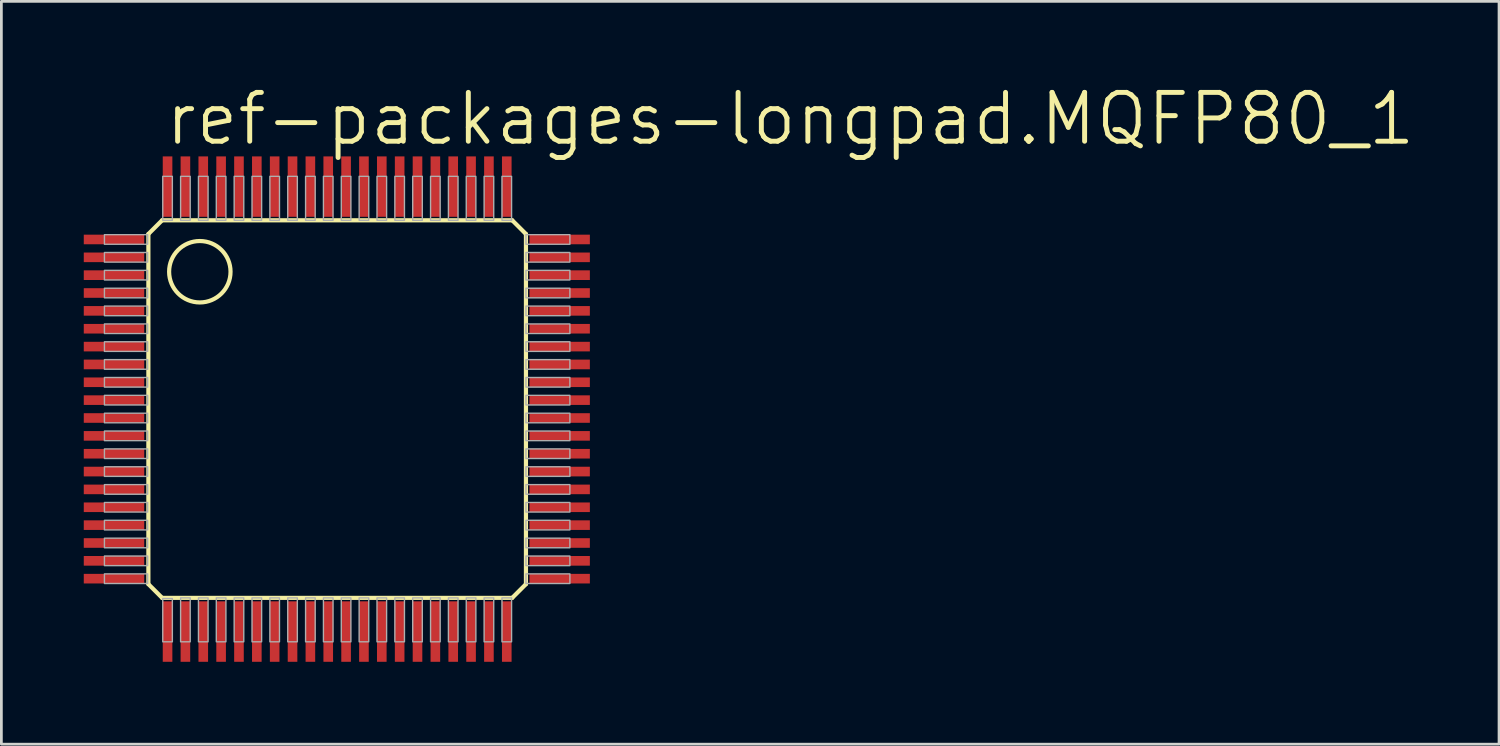
<source format=kicad_pcb>
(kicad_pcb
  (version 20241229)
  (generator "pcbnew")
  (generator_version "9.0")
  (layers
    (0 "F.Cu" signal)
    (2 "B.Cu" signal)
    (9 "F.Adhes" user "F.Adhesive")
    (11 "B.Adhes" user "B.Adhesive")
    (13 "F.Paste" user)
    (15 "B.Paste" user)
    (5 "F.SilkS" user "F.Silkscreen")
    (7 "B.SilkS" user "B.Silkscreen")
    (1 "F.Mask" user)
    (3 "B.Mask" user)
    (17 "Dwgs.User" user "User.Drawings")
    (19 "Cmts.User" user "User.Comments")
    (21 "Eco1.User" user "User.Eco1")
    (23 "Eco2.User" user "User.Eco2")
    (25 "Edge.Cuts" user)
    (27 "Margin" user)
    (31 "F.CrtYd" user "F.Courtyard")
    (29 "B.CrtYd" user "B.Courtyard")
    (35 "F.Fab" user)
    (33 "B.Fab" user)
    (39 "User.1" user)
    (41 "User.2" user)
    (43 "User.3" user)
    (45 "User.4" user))
  (footprint "ref-packages-longpad.MQFP80_1"
    (layer "F.Cu")
    (at 9.225 11.843)
    (property "Reference" "ref-packages-longpad.MQFP80_1" (at -6.35 -9.525 0) (layer "F.SilkS") (effects (font (size 1.778 1.778) (thickness 0.18)) (justify left bottom)))
    (attr smd)
    (fp_line (start -6.873 -6.373) (end -6.873 6.373) (stroke (width 0.152) (type default)) (layer "F.SilkS"))
    (fp_line (start -6.873 6.373) (end -6.373 6.873) (stroke (width 0.152) (type default)) (layer "F.SilkS"))
    (fp_line (start -6.373 -6.873) (end -6.873 -6.373) (stroke (width 0.152) (type default)) (layer "F.SilkS"))
    (fp_line (start -6.373 6.873) (end 6.373 6.873) (stroke (width 0.152) (type default)) (layer "F.SilkS"))
    (fp_line (start 6.373 -6.873) (end -6.373 -6.873) (stroke (width 0.152) (type default)) (layer "F.SilkS"))
    (fp_line (start 6.373 6.873) (end 6.873 6.373) (stroke (width 0.152) (type default)) (layer "F.SilkS"))
    (fp_line (start 6.873 -6.373) (end 6.373 -6.873) (stroke (width 0.152) (type default)) (layer "F.SilkS"))
    (fp_line (start 6.873 6.373) (end 6.873 -6.373) (stroke (width 0.152) (type default)) (layer "F.SilkS"))
    (fp_circle (center -5 -5) (end -3.882 -5) (stroke (width 0.152) (type default)) (fill no) (layer "F.SilkS"))
    (fp_rect (start -8.473 -6) (end -6.898 -6.35) (stroke (width 0.05) (type default)) (fill no) (layer "F.Fab"))
    (fp_rect (start -8.473 -5.35) (end -6.898 -5.7) (stroke (width 0.05) (type default)) (fill no) (layer "F.Fab"))
    (fp_rect (start -8.473 -4.7) (end -6.898 -5.05) (stroke (width 0.05) (type default)) (fill no) (layer "F.Fab"))
    (fp_rect (start -8.473 -4.05) (end -6.898 -4.4) (stroke (width 0.05) (type default)) (fill no) (layer "F.Fab"))
    (fp_rect (start -8.473 -3.4) (end -6.898 -3.75) (stroke (width 0.05) (type default)) (fill no) (layer "F.Fab"))
    (fp_rect (start -8.473 -2.75) (end -6.898 -3.1) (stroke (width 0.05) (type default)) (fill no) (layer "F.Fab"))
    (fp_rect (start -8.473 -2.1) (end -6.898 -2.45) (stroke (width 0.05) (type default)) (fill no) (layer "F.Fab"))
    (fp_rect (start -8.473 -1.45) (end -6.898 -1.8) (stroke (width 0.05) (type default)) (fill no) (layer "F.Fab"))
    (fp_rect (start -8.473 -0.8) (end -6.898 -1.15) (stroke (width 0.05) (type default)) (fill no) (layer "F.Fab"))
    (fp_rect (start -8.473 -0.15) (end -6.898 -0.5) (stroke (width 0.05) (type default)) (fill no) (layer "F.Fab"))
    (fp_rect (start -8.473 0.5) (end -6.898 0.15) (stroke (width 0.05) (type default)) (fill no) (layer "F.Fab"))
    (fp_rect (start -8.473 1.15) (end -6.898 0.8) (stroke (width 0.05) (type default)) (fill no) (layer "F.Fab"))
    (fp_rect (start -8.473 1.8) (end -6.898 1.45) (stroke (width 0.05) (type default)) (fill no) (layer "F.Fab"))
    (fp_rect (start -8.473 2.45) (end -6.898 2.1) (stroke (width 0.05) (type default)) (fill no) (layer "F.Fab"))
    (fp_rect (start -8.473 3.1) (end -6.898 2.75) (stroke (width 0.05) (type default)) (fill no) (layer "F.Fab"))
    (fp_rect (start -8.473 3.75) (end -6.898 3.4) (stroke (width 0.05) (type default)) (fill no) (layer "F.Fab"))
    (fp_rect (start -8.473 4.4) (end -6.898 4.05) (stroke (width 0.05) (type default)) (fill no) (layer "F.Fab"))
    (fp_rect (start -8.473 5.05) (end -6.898 4.7) (stroke (width 0.05) (type default)) (fill no) (layer "F.Fab"))
    (fp_rect (start -8.473 5.7) (end -6.898 5.35) (stroke (width 0.05) (type default)) (fill no) (layer "F.Fab"))
    (fp_rect (start -8.473 6.35) (end -6.898 6) (stroke (width 0.05) (type default)) (fill no) (layer "F.Fab"))
    (fp_rect (start -6.35 -6.873) (end -6 -8.473) (stroke (width 0.05) (type default)) (fill no) (layer "F.Fab"))
    (fp_rect (start -6.35 8.473) (end -6 6.898) (stroke (width 0.05) (type default)) (fill no) (layer "F.Fab"))
    (fp_rect (start -5.7 -6.873) (end -5.35 -8.473) (stroke (width 0.05) (type default)) (fill no) (layer "F.Fab"))
    (fp_rect (start -5.7 8.473) (end -5.35 6.873) (stroke (width 0.05) (type default)) (fill no) (layer "F.Fab"))
    (fp_rect (start -5.05 -6.873) (end -4.7 -8.473) (stroke (width 0.05) (type default)) (fill no) (layer "F.Fab"))
    (fp_rect (start -5.05 8.473) (end -4.7 6.873) (stroke (width 0.05) (type default)) (fill no) (layer "F.Fab"))
    (fp_rect (start -4.4 -6.873) (end -4.05 -8.473) (stroke (width 0.05) (type default)) (fill no) (layer "F.Fab"))
    (fp_rect (start -4.4 8.473) (end -4.05 6.873) (stroke (width 0.05) (type default)) (fill no) (layer "F.Fab"))
    (fp_rect (start -3.75 -6.873) (end -3.4 -8.473) (stroke (width 0.05) (type default)) (fill no) (layer "F.Fab"))
    (fp_rect (start -3.75 8.473) (end -3.4 6.873) (stroke (width 0.05) (type default)) (fill no) (layer "F.Fab"))
    (fp_rect (start -3.1 -6.873) (end -2.75 -8.473) (stroke (width 0.05) (type default)) (fill no) (layer "F.Fab"))
    (fp_rect (start -3.1 8.473) (end -2.75 6.873) (stroke (width 0.05) (type default)) (fill no) (layer "F.Fab"))
    (fp_rect (start -2.45 -6.873) (end -2.1 -8.473) (stroke (width 0.05) (type default)) (fill no) (layer "F.Fab"))
    (fp_rect (start -2.45 8.473) (end -2.1 6.873) (stroke (width 0.05) (type default)) (fill no) (layer "F.Fab"))
    (fp_rect (start -1.8 -6.873) (end -1.45 -8.473) (stroke (width 0.05) (type default)) (fill no) (layer "F.Fab"))
    (fp_rect (start -1.8 8.473) (end -1.45 6.873) (stroke (width 0.05) (type default)) (fill no) (layer "F.Fab"))
    (fp_rect (start -1.15 -6.873) (end -0.8 -8.473) (stroke (width 0.05) (type default)) (fill no) (layer "F.Fab"))
    (fp_rect (start -1.15 8.473) (end -0.8 6.873) (stroke (width 0.05) (type default)) (fill no) (layer "F.Fab"))
    (fp_rect (start -0.5 -6.873) (end -0.15 -8.473) (stroke (width 0.05) (type default)) (fill no) (layer "F.Fab"))
    (fp_rect (start -0.5 8.473) (end -0.15 6.873) (stroke (width 0.05) (type default)) (fill no) (layer "F.Fab"))
    (fp_rect (start 0.15 -6.873) (end 0.5 -8.473) (stroke (width 0.05) (type default)) (fill no) (layer "F.Fab"))
    (fp_rect (start 0.15 8.473) (end 0.5 6.873) (stroke (width 0.05) (type default)) (fill no) (layer "F.Fab"))
    (fp_rect (start 0.8 -6.873) (end 1.15 -8.473) (stroke (width 0.05) (type default)) (fill no) (layer "F.Fab"))
    (fp_rect (start 0.8 8.473) (end 1.15 6.873) (stroke (width 0.05) (type default)) (fill no) (layer "F.Fab"))
    (fp_rect (start 1.45 -6.873) (end 1.8 -8.473) (stroke (width 0.05) (type default)) (fill no) (layer "F.Fab"))
    (fp_rect (start 1.45 8.473) (end 1.8 6.873) (stroke (width 0.05) (type default)) (fill no) (layer "F.Fab"))
    (fp_rect (start 2.1 -6.873) (end 2.45 -8.473) (stroke (width 0.05) (type default)) (fill no) (layer "F.Fab"))
    (fp_rect (start 2.1 8.473) (end 2.45 6.873) (stroke (width 0.05) (type default)) (fill no) (layer "F.Fab"))
    (fp_rect (start 2.75 -6.873) (end 3.1 -8.473) (stroke (width 0.05) (type default)) (fill no) (layer "F.Fab"))
    (fp_rect (start 2.75 8.473) (end 3.1 6.873) (stroke (width 0.05) (type default)) (fill no) (layer "F.Fab"))
    (fp_rect (start 3.4 -6.873) (end 3.75 -8.473) (stroke (width 0.05) (type default)) (fill no) (layer "F.Fab"))
    (fp_rect (start 3.4 8.473) (end 3.75 6.873) (stroke (width 0.05) (type default)) (fill no) (layer "F.Fab"))
    (fp_rect (start 4.05 -6.873) (end 4.4 -8.473) (stroke (width 0.05) (type default)) (fill no) (layer "F.Fab"))
    (fp_rect (start 4.05 8.473) (end 4.4 6.873) (stroke (width 0.05) (type default)) (fill no) (layer "F.Fab"))
    (fp_rect (start 4.7 -6.873) (end 5.05 -8.473) (stroke (width 0.05) (type default)) (fill no) (layer "F.Fab"))
    (fp_rect (start 4.7 8.473) (end 5.05 6.873) (stroke (width 0.05) (type default)) (fill no) (layer "F.Fab"))
    (fp_rect (start 5.35 -6.873) (end 5.7 -8.473) (stroke (width 0.05) (type default)) (fill no) (layer "F.Fab"))
    (fp_rect (start 5.35 8.473) (end 5.7 6.873) (stroke (width 0.05) (type default)) (fill no) (layer "F.Fab"))
    (fp_rect (start 6 -6.873) (end 6.35 -8.473) (stroke (width 0.05) (type default)) (fill no) (layer "F.Fab"))
    (fp_rect (start 6 8.473) (end 6.35 6.873) (stroke (width 0.05) (type default)) (fill no) (layer "F.Fab"))
    (fp_rect (start 6.873 -6) (end 8.473 -6.35) (stroke (width 0.05) (type default)) (fill no) (layer "F.Fab"))
    (fp_rect (start 6.873 -5.35) (end 8.473 -5.7) (stroke (width 0.05) (type default)) (fill no) (layer "F.Fab"))
    (fp_rect (start 6.873 -4.7) (end 8.473 -5.05) (stroke (width 0.05) (type default)) (fill no) (layer "F.Fab"))
    (fp_rect (start 6.873 -4.05) (end 8.473 -4.4) (stroke (width 0.05) (type default)) (fill no) (layer "F.Fab"))
    (fp_rect (start 6.873 -3.4) (end 8.473 -3.75) (stroke (width 0.05) (type default)) (fill no) (layer "F.Fab"))
    (fp_rect (start 6.873 -2.75) (end 8.473 -3.1) (stroke (width 0.05) (type default)) (fill no) (layer "F.Fab"))
    (fp_rect (start 6.873 -2.1) (end 8.473 -2.45) (stroke (width 0.05) (type default)) (fill no) (layer "F.Fab"))
    (fp_rect (start 6.873 -1.45) (end 8.473 -1.8) (stroke (width 0.05) (type default)) (fill no) (layer "F.Fab"))
    (fp_rect (start 6.873 -0.8) (end 8.473 -1.15) (stroke (width 0.05) (type default)) (fill no) (layer "F.Fab"))
    (fp_rect (start 6.873 -0.15) (end 8.473 -0.5) (stroke (width 0.05) (type default)) (fill no) (layer "F.Fab"))
    (fp_rect (start 6.873 0.5) (end 8.473 0.15) (stroke (width 0.05) (type default)) (fill no) (layer "F.Fab"))
    (fp_rect (start 6.873 1.15) (end 8.473 0.8) (stroke (width 0.05) (type default)) (fill no) (layer "F.Fab"))
    (fp_rect (start 6.873 1.8) (end 8.473 1.45) (stroke (width 0.05) (type default)) (fill no) (layer "F.Fab"))
    (fp_rect (start 6.873 2.45) (end 8.473 2.1) (stroke (width 0.05) (type default)) (fill no) (layer "F.Fab"))
    (fp_rect (start 6.873 3.1) (end 8.473 2.75) (stroke (width 0.05) (type default)) (fill no) (layer "F.Fab"))
    (fp_rect (start 6.873 3.75) (end 8.473 3.4) (stroke (width 0.05) (type default)) (fill no) (layer "F.Fab"))
    (fp_rect (start 6.873 4.4) (end 8.473 4.05) (stroke (width 0.05) (type default)) (fill no) (layer "F.Fab"))
    (fp_rect (start 6.873 5.05) (end 8.473 4.7) (stroke (width 0.05) (type default)) (fill no) (layer "F.Fab"))
    (fp_rect (start 6.873 5.7) (end 8.473 5.35) (stroke (width 0.05) (type default)) (fill no) (layer "F.Fab"))
    (fp_rect (start 6.873 6.35) (end 8.473 6) (stroke (width 0.05) (type default)) (fill no) (layer "F.Fab"))
    (pad "1" smd roundrect (at -8.125 -6.175) (size 2.2 0.35) (layers "F.Cu" "F.Mask" "F.Paste") (roundrect_rratio 0.01))
    (pad "2" smd roundrect (at -8.125 -5.525) (size 2.2 0.35) (layers "F.Cu" "F.Mask" "F.Paste") (roundrect_rratio 0.01))
    (pad "3" smd roundrect (at -8.125 -4.875) (size 2.2 0.35) (layers "F.Cu" "F.Mask" "F.Paste") (roundrect_rratio 0.01))
    (pad "4" smd roundrect (at -8.125 -4.225) (size 2.2 0.35) (layers "F.Cu" "F.Mask" "F.Paste") (roundrect_rratio 0.01))
    (pad "5" smd roundrect (at -8.125 -3.575) (size 2.2 0.35) (layers "F.Cu" "F.Mask" "F.Paste") (roundrect_rratio 0.01))
    (pad "6" smd roundrect (at -8.125 -2.925) (size 2.2 0.35) (layers "F.Cu" "F.Mask" "F.Paste") (roundrect_rratio 0.01))
    (pad "7" smd roundrect (at -8.125 -2.275) (size 2.2 0.35) (layers "F.Cu" "F.Mask" "F.Paste") (roundrect_rratio 0.01))
    (pad "8" smd roundrect (at -8.125 -1.625) (size 2.2 0.35) (layers "F.Cu" "F.Mask" "F.Paste") (roundrect_rratio 0.01))
    (pad "9" smd roundrect (at -8.125 -0.975) (size 2.2 0.35) (layers "F.Cu" "F.Mask" "F.Paste") (roundrect_rratio 0.01))
    (pad "10" smd roundrect (at -8.125 -0.325) (size 2.2 0.35) (layers "F.Cu" "F.Mask" "F.Paste") (roundrect_rratio 0.01))
    (pad "11" smd roundrect (at -8.125 0.325) (size 2.2 0.35) (layers "F.Cu" "F.Mask" "F.Paste") (roundrect_rratio 0.01))
    (pad "12" smd roundrect (at -8.125 0.975) (size 2.2 0.35) (layers "F.Cu" "F.Mask" "F.Paste") (roundrect_rratio 0.01))
    (pad "13" smd roundrect (at -8.125 1.625) (size 2.2 0.35) (layers "F.Cu" "F.Mask" "F.Paste") (roundrect_rratio 0.01))
    (pad "14" smd roundrect (at -8.125 2.275) (size 2.2 0.35) (layers "F.Cu" "F.Mask" "F.Paste") (roundrect_rratio 0.01))
    (pad "15" smd roundrect (at -8.125 2.925) (size 2.2 0.35) (layers "F.Cu" "F.Mask" "F.Paste") (roundrect_rratio 0.01))
    (pad "16" smd roundrect (at -8.125 3.575) (size 2.2 0.35) (layers "F.Cu" "F.Mask" "F.Paste") (roundrect_rratio 0.01))
    (pad "17" smd roundrect (at -8.125 4.225) (size 2.2 0.35) (layers "F.Cu" "F.Mask" "F.Paste") (roundrect_rratio 0.01))
    (pad "18" smd roundrect (at -8.125 4.875) (size 2.2 0.35) (layers "F.Cu" "F.Mask" "F.Paste") (roundrect_rratio 0.01))
    (pad "19" smd roundrect (at -8.125 5.525) (size 2.2 0.35) (layers "F.Cu" "F.Mask" "F.Paste") (roundrect_rratio 0.01))
    (pad "20" smd roundrect (at -8.125 6.175) (size 2.2 0.35) (layers "F.Cu" "F.Mask" "F.Paste") (roundrect_rratio 0.01))
    (pad "21" smd roundrect (at -6.175 8.1) (size 0.35 2.2) (layers "F.Cu" "F.Mask" "F.Paste") (roundrect_rratio 0.01))
    (pad "22" smd roundrect (at -5.525 8.1) (size 0.35 2.2) (layers "F.Cu" "F.Mask" "F.Paste") (roundrect_rratio 0.01))
    (pad "23" smd roundrect (at -4.875 8.1) (size 0.35 2.2) (layers "F.Cu" "F.Mask" "F.Paste") (roundrect_rratio 0.01))
    (pad "24" smd roundrect (at -4.225 8.1) (size 0.35 2.2) (layers "F.Cu" "F.Mask" "F.Paste") (roundrect_rratio 0.01))
    (pad "25" smd roundrect (at -3.575 8.1) (size 0.35 2.2) (layers "F.Cu" "F.Mask" "F.Paste") (roundrect_rratio 0.01))
    (pad "26" smd roundrect (at -2.925 8.1) (size 0.35 2.2) (layers "F.Cu" "F.Mask" "F.Paste") (roundrect_rratio 0.01))
    (pad "27" smd roundrect (at -2.275 8.1) (size 0.35 2.2) (layers "F.Cu" "F.Mask" "F.Paste") (roundrect_rratio 0.01))
    (pad "28" smd roundrect (at -1.625 8.1) (size 0.35 2.2) (layers "F.Cu" "F.Mask" "F.Paste") (roundrect_rratio 0.01))
    (pad "29" smd roundrect (at -0.975 8.1) (size 0.35 2.2) (layers "F.Cu" "F.Mask" "F.Paste") (roundrect_rratio 0.01))
    (pad "30" smd roundrect (at -0.325 8.1) (size 0.35 2.2) (layers "F.Cu" "F.Mask" "F.Paste") (roundrect_rratio 0.01))
    (pad "31" smd roundrect (at 0.325 8.1) (size 0.35 2.2) (layers "F.Cu" "F.Mask" "F.Paste") (roundrect_rratio 0.01))
    (pad "32" smd roundrect (at 0.975 8.1) (size 0.35 2.2) (layers "F.Cu" "F.Mask" "F.Paste") (roundrect_rratio 0.01))
    (pad "33" smd roundrect (at 1.625 8.1) (size 0.35 2.2) (layers "F.Cu" "F.Mask" "F.Paste") (roundrect_rratio 0.01))
    (pad "34" smd roundrect (at 2.275 8.1) (size 0.35 2.2) (layers "F.Cu" "F.Mask" "F.Paste") (roundrect_rratio 0.01))
    (pad "35" smd roundrect (at 2.925 8.1) (size 0.35 2.2) (layers "F.Cu" "F.Mask" "F.Paste") (roundrect_rratio 0.01))
    (pad "36" smd roundrect (at 3.575 8.1) (size 0.35 2.2) (layers "F.Cu" "F.Mask" "F.Paste") (roundrect_rratio 0.01))
    (pad "37" smd roundrect (at 4.225 8.1) (size 0.35 2.2) (layers "F.Cu" "F.Mask" "F.Paste") (roundrect_rratio 0.01))
    (pad "38" smd roundrect (at 4.875 8.1) (size 0.35 2.2) (layers "F.Cu" "F.Mask" "F.Paste") (roundrect_rratio 0.01))
    (pad "39" smd roundrect (at 5.525 8.1) (size 0.35 2.2) (layers "F.Cu" "F.Mask" "F.Paste") (roundrect_rratio 0.01))
    (pad "40" smd roundrect (at 6.175 8.1) (size 0.35 2.2) (layers "F.Cu" "F.Mask" "F.Paste") (roundrect_rratio 0.01))
    (pad "41" smd roundrect (at 8.1 6.175) (size 2.2 0.35) (layers "F.Cu" "F.Mask" "F.Paste") (roundrect_rratio 0.01))
    (pad "42" smd roundrect (at 8.1 5.525) (size 2.2 0.35) (layers "F.Cu" "F.Mask" "F.Paste") (roundrect_rratio 0.01))
    (pad "43" smd roundrect (at 8.1 4.875) (size 2.2 0.35) (layers "F.Cu" "F.Mask" "F.Paste") (roundrect_rratio 0.01))
    (pad "44" smd roundrect (at 8.1 4.225) (size 2.2 0.35) (layers "F.Cu" "F.Mask" "F.Paste") (roundrect_rratio 0.01))
    (pad "45" smd roundrect (at 8.1 3.575) (size 2.2 0.35) (layers "F.Cu" "F.Mask" "F.Paste") (roundrect_rratio 0.01))
    (pad "46" smd roundrect (at 8.1 2.925) (size 2.2 0.35) (layers "F.Cu" "F.Mask" "F.Paste") (roundrect_rratio 0.01))
    (pad "47" smd roundrect (at 8.1 2.275) (size 2.2 0.35) (layers "F.Cu" "F.Mask" "F.Paste") (roundrect_rratio 0.01))
    (pad "48" smd roundrect (at 8.1 1.625) (size 2.2 0.35) (layers "F.Cu" "F.Mask" "F.Paste") (roundrect_rratio 0.01))
    (pad "49" smd roundrect (at 8.1 0.975) (size 2.2 0.35) (layers "F.Cu" "F.Mask" "F.Paste") (roundrect_rratio 0.01))
    (pad "50" smd roundrect (at 8.1 0.325) (size 2.2 0.35) (layers "F.Cu" "F.Mask" "F.Paste") (roundrect_rratio 0.01))
    (pad "51" smd roundrect (at 8.1 -0.325) (size 2.2 0.35) (layers "F.Cu" "F.Mask" "F.Paste") (roundrect_rratio 0.01))
    (pad "52" smd roundrect (at 8.1 -0.975) (size 2.2 0.35) (layers "F.Cu" "F.Mask" "F.Paste") (roundrect_rratio 0.01))
    (pad "53" smd roundrect (at 8.1 -1.625) (size 2.2 0.35) (layers "F.Cu" "F.Mask" "F.Paste") (roundrect_rratio 0.01))
    (pad "54" smd roundrect (at 8.1 -2.275) (size 2.2 0.35) (layers "F.Cu" "F.Mask" "F.Paste") (roundrect_rratio 0.01))
    (pad "55" smd roundrect (at 8.1 -2.925) (size 2.2 0.35) (layers "F.Cu" "F.Mask" "F.Paste") (roundrect_rratio 0.01))
    (pad "56" smd roundrect (at 8.1 -3.575) (size 2.2 0.35) (layers "F.Cu" "F.Mask" "F.Paste") (roundrect_rratio 0.01))
    (pad "57" smd roundrect (at 8.1 -4.225) (size 2.2 0.35) (layers "F.Cu" "F.Mask" "F.Paste") (roundrect_rratio 0.01))
    (pad "58" smd roundrect (at 8.1 -4.875) (size 2.2 0.35) (layers "F.Cu" "F.Mask" "F.Paste") (roundrect_rratio 0.01))
    (pad "59" smd roundrect (at 8.1 -5.525) (size 2.2 0.35) (layers "F.Cu" "F.Mask" "F.Paste") (roundrect_rratio 0.01))
    (pad "60" smd roundrect (at 8.1 -6.175) (size 2.2 0.35) (layers "F.Cu" "F.Mask" "F.Paste") (roundrect_rratio 0.01))
    (pad "61" smd roundrect (at 6.175 -8.1) (size 0.35 2.2) (layers "F.Cu" "F.Mask" "F.Paste") (roundrect_rratio 0.01))
    (pad "62" smd roundrect (at 5.525 -8.1) (size 0.35 2.2) (layers "F.Cu" "F.Mask" "F.Paste") (roundrect_rratio 0.01))
    (pad "63" smd roundrect (at 4.875 -8.1) (size 0.35 2.2) (layers "F.Cu" "F.Mask" "F.Paste") (roundrect_rratio 0.01))
    (pad "64" smd roundrect (at 4.225 -8.1) (size 0.35 2.2) (layers "F.Cu" "F.Mask" "F.Paste") (roundrect_rratio 0.01))
    (pad "65" smd roundrect (at 3.575 -8.1) (size 0.35 2.2) (layers "F.Cu" "F.Mask" "F.Paste") (roundrect_rratio 0.01))
    (pad "66" smd roundrect (at 2.925 -8.1) (size 0.35 2.2) (layers "F.Cu" "F.Mask" "F.Paste") (roundrect_rratio 0.01))
    (pad "67" smd roundrect (at 2.275 -8.1) (size 0.35 2.2) (layers "F.Cu" "F.Mask" "F.Paste") (roundrect_rratio 0.01))
    (pad "68" smd roundrect (at 1.625 -8.1) (size 0.35 2.2) (layers "F.Cu" "F.Mask" "F.Paste") (roundrect_rratio 0.01))
    (pad "69" smd roundrect (at 0.975 -8.1) (size 0.35 2.2) (layers "F.Cu" "F.Mask" "F.Paste") (roundrect_rratio 0.01))
    (pad "70" smd roundrect (at 0.325 -8.1) (size 0.35 2.2) (layers "F.Cu" "F.Mask" "F.Paste") (roundrect_rratio 0.01))
    (pad "71" smd roundrect (at -0.325 -8.1) (size 0.35 2.2) (layers "F.Cu" "F.Mask" "F.Paste") (roundrect_rratio 0.01))
    (pad "72" smd roundrect (at -0.975 -8.1) (size 0.35 2.2) (layers "F.Cu" "F.Mask" "F.Paste") (roundrect_rratio 0.01))
    (pad "73" smd roundrect (at -1.625 -8.1) (size 0.35 2.2) (layers "F.Cu" "F.Mask" "F.Paste") (roundrect_rratio 0.01))
    (pad "74" smd roundrect (at -2.275 -8.1) (size 0.35 2.2) (layers "F.Cu" "F.Mask" "F.Paste") (roundrect_rratio 0.01))
    (pad "75" smd roundrect (at -2.925 -8.1) (size 0.35 2.2) (layers "F.Cu" "F.Mask" "F.Paste") (roundrect_rratio 0.01))
    (pad "76" smd roundrect (at -3.575 -8.1) (size 0.35 2.2) (layers "F.Cu" "F.Mask" "F.Paste") (roundrect_rratio 0.01))
    (pad "77" smd roundrect (at -4.225 -8.1) (size 0.35 2.2) (layers "F.Cu" "F.Mask" "F.Paste") (roundrect_rratio 0.01))
    (pad "78" smd roundrect (at -4.875 -8.1) (size 0.35 2.2) (layers "F.Cu" "F.Mask" "F.Paste") (roundrect_rratio 0.01))
    (pad "79" smd roundrect (at -5.525 -8.1) (size 0.35 2.2) (layers "F.Cu" "F.Mask" "F.Paste") (roundrect_rratio 0.01))
    (pad "80" smd roundrect (at -6.175 -8.1) (size 0.35 2.2) (layers "F.Cu" "F.Mask" "F.Paste") (roundrect_rratio 0.01)))
  (gr_rect
    (start -3 -3)
    (end 51.525 24.043)
    (stroke (width 0.1) (type default))
    (fill no)
    (layer "Edge.Cuts")))
</source>
